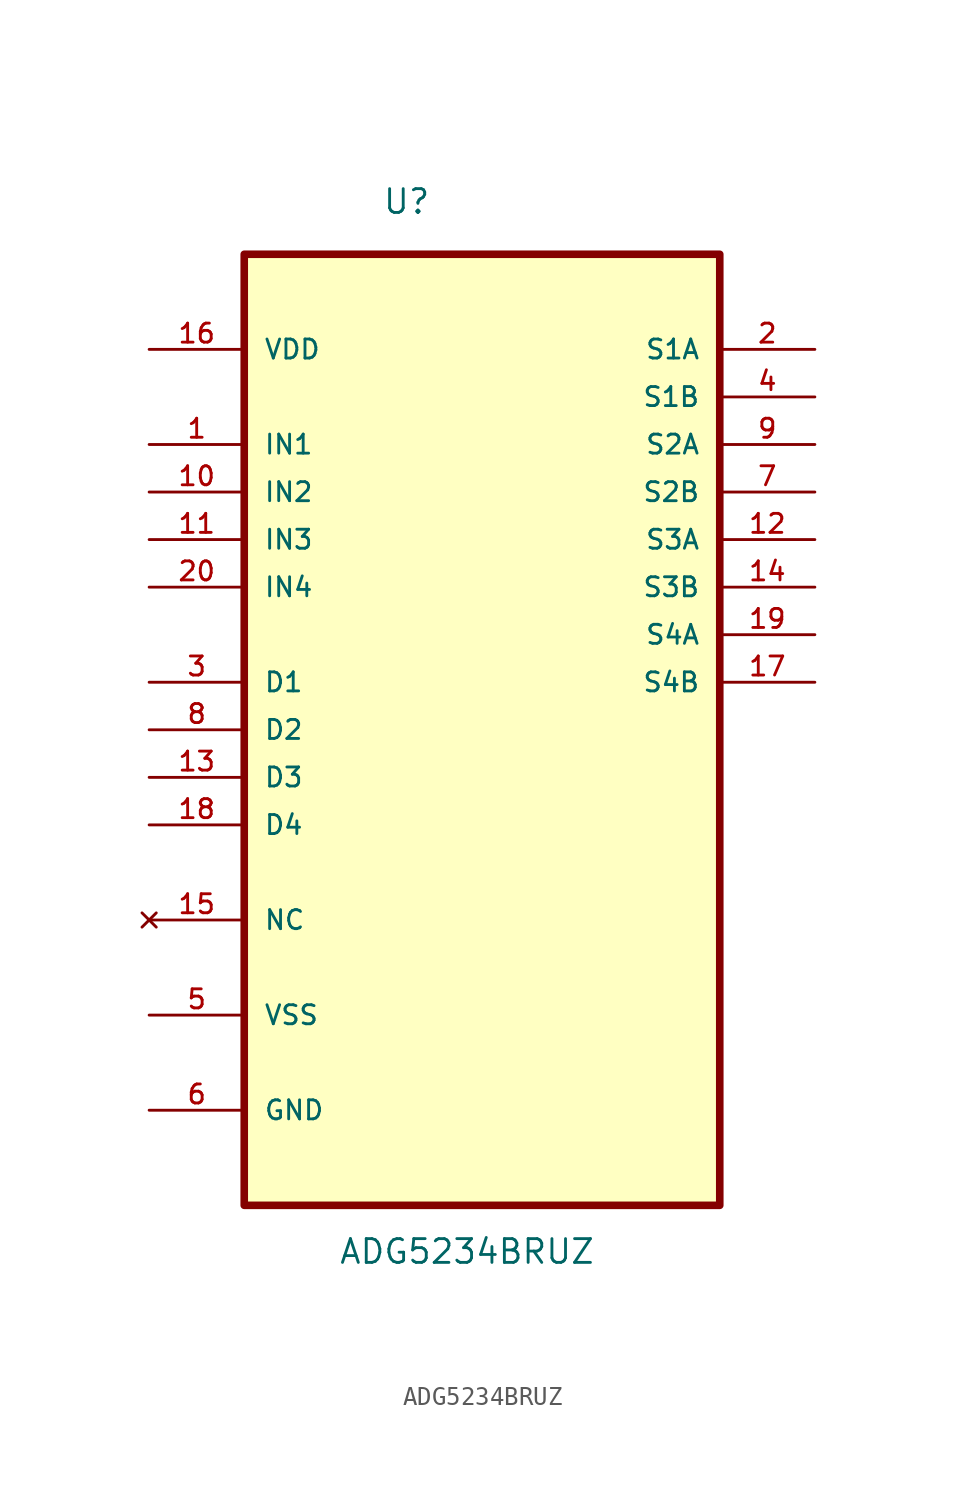
<source format=kicad_sym>
(kicad_symbol_lib
  (version 20211014)
  (generator kicad_symbol_editor)
  (symbol "ADG5234BRUZ"
    (pin_names
      (offset 1.016))
    (property "Reference" "U"
      (at -5.337 24.932 0.0)
      (effects (font (size 1.27 1.27)) (justify bottom left)))
    (property "Value" "ADG5234BRUZ"
      (at -7.674 -31.152 0.0)
      (effects (font (size 1.27 1.27)) (justify bottom left)))
    (symbol "ADG5234BRUZ_0_0"
      (rectangle (start -12.7 -27.94) (end 12.7 22.86) (stroke (width 0.406)) (fill (type background)))
      (pin power_in line (at -17.78 17.78 0) (length 5.08) (name "VDD" (effects (font (size 1.016 1.016)))) (number "16" (effects (font (size 1.016 1.016)))))
      (pin input line (at -17.78 12.7 0) (length 5.08) (name "IN1" (effects (font (size 1.016 1.016)))) (number "1" (effects (font (size 1.016 1.016)))))
      (pin input line (at -17.78 10.16 0) (length 5.08) (name "IN2" (effects (font (size 1.016 1.016)))) (number "10" (effects (font (size 1.016 1.016)))))
      (pin input line (at -17.78 7.62 0) (length 5.08) (name "IN3" (effects (font (size 1.016 1.016)))) (number "11" (effects (font (size 1.016 1.016)))))
      (pin input line (at -17.78 5.08 0) (length 5.08) (name "IN4" (effects (font (size 1.016 1.016)))) (number "20" (effects (font (size 1.016 1.016)))))
      (pin bidirectional line (at -17.78 0.0 0) (length 5.08) (name "D1" (effects (font (size 1.016 1.016)))) (number "3" (effects (font (size 1.016 1.016)))))
      (pin bidirectional line (at -17.78 -2.54 0) (length 5.08) (name "D2" (effects (font (size 1.016 1.016)))) (number "8" (effects (font (size 1.016 1.016)))))
      (pin bidirectional line (at -17.78 -5.08 0) (length 5.08) (name "D3" (effects (font (size 1.016 1.016)))) (number "13" (effects (font (size 1.016 1.016)))))
      (pin bidirectional line (at -17.78 -7.62 0) (length 5.08) (name "D4" (effects (font (size 1.016 1.016)))) (number "18" (effects (font (size 1.016 1.016)))))
      (pin no_connect line (at -17.78 -12.7 0) (length 5.08) (name "NC" (effects (font (size 1.016 1.016)))) (number "15" (effects (font (size 1.016 1.016)))))
      (pin power_in line (at -17.78 -17.78 0) (length 5.08) (name "VSS" (effects (font (size 1.016 1.016)))) (number "5" (effects (font (size 1.016 1.016)))))
      (pin passive line (at -17.78 -22.86 0) (length 5.08) (name "GND" (effects (font (size 1.016 1.016)))) (number "6" (effects (font (size 1.016 1.016)))))
      (pin bidirectional line (at 17.78 17.78 180.0) (length 5.08) (name "S1A" (effects (font (size 1.016 1.016)))) (number "2" (effects (font (size 1.016 1.016)))))
      (pin bidirectional line (at 17.78 15.24 180.0) (length 5.08) (name "S1B" (effects (font (size 1.016 1.016)))) (number "4" (effects (font (size 1.016 1.016)))))
      (pin bidirectional line (at 17.78 12.7 180.0) (length 5.08) (name "S2A" (effects (font (size 1.016 1.016)))) (number "9" (effects (font (size 1.016 1.016)))))
      (pin bidirectional line (at 17.78 10.16 180.0) (length 5.08) (name "S2B" (effects (font (size 1.016 1.016)))) (number "7" (effects (font (size 1.016 1.016)))))
      (pin bidirectional line (at 17.78 7.62 180.0) (length 5.08) (name "S3A" (effects (font (size 1.016 1.016)))) (number "12" (effects (font (size 1.016 1.016)))))
      (pin bidirectional line (at 17.78 5.08 180.0) (length 5.08) (name "S3B" (effects (font (size 1.016 1.016)))) (number "14" (effects (font (size 1.016 1.016)))))
      (pin bidirectional line (at 17.78 2.54 180.0) (length 5.08) (name "S4A" (effects (font (size 1.016 1.016)))) (number "19" (effects (font (size 1.016 1.016)))))
      (pin bidirectional line (at 17.78 0.0 180.0) (length 5.08) (name "S4B" (effects (font (size 1.016 1.016)))) (number "17" (effects (font (size 1.016 1.016))))))))
</source>
